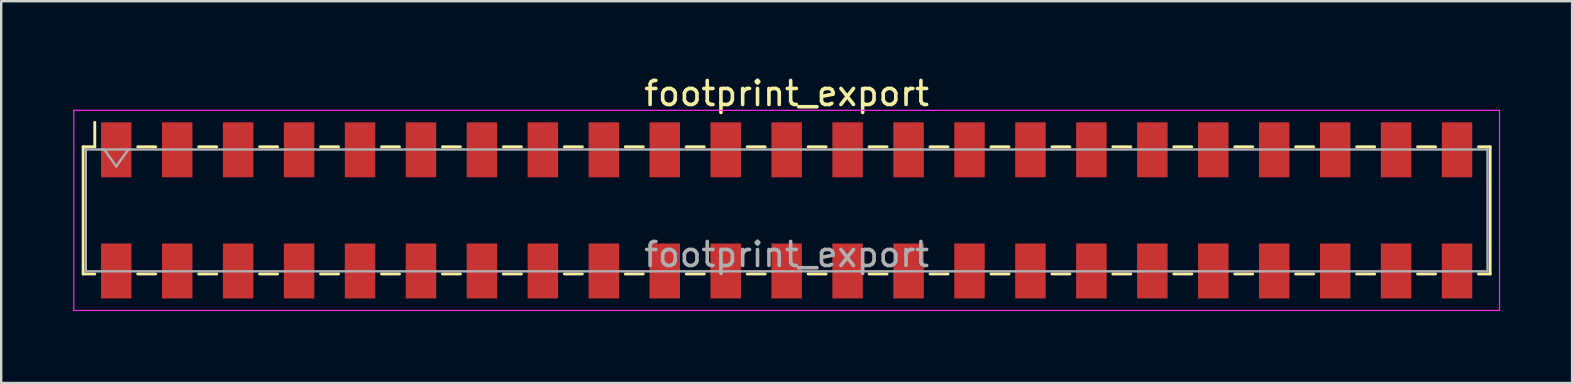
<source format=kicad_pcb>
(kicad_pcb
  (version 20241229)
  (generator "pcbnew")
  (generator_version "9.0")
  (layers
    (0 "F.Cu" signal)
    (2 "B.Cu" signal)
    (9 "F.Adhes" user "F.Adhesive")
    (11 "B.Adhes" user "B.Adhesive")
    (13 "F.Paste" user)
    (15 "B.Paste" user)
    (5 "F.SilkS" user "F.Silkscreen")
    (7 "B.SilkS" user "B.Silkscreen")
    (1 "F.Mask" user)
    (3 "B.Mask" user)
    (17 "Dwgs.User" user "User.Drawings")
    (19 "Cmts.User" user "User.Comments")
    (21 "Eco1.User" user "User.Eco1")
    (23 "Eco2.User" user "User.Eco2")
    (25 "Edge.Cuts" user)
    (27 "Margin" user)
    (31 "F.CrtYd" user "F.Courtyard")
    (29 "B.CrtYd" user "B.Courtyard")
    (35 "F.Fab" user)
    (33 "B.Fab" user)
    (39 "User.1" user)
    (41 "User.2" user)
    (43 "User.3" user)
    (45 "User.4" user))
  (footprint "footprint_export"
    (layer "F.Cu")
    (at 29.735 5.718)
    (property "Reference" "footprint_export" (at 0 -4.87 0) (layer "F.SilkS") (effects (font (size 1 1) (thickness 0.15))))
    (attr smd)
    (fp_line (start -29.32 -2.65) (end -29.32 2.65) (stroke (width 0.12) (type solid)) (layer "F.SilkS"))
    (fp_line (start -29.32 2.65) (end -28.835 2.65) (stroke (width 0.12) (type solid)) (layer "F.SilkS"))
    (fp_line (start -28.835 -3.67) (end -28.835 -2.65) (stroke (width 0.12) (type solid)) (layer "F.SilkS"))
    (fp_line (start -28.835 -2.65) (end -29.32 -2.65) (stroke (width 0.12) (type solid)) (layer "F.SilkS"))
    (fp_line (start -27.045 -2.65) (end -26.295 -2.65) (stroke (width 0.12) (type solid)) (layer "F.SilkS"))
    (fp_line (start -27.045 2.65) (end -26.295 2.65) (stroke (width 0.12) (type solid)) (layer "F.SilkS"))
    (fp_line (start -24.505 -2.65) (end -23.755 -2.65) (stroke (width 0.12) (type solid)) (layer "F.SilkS"))
    (fp_line (start -24.505 2.65) (end -23.755 2.65) (stroke (width 0.12) (type solid)) (layer "F.SilkS"))
    (fp_line (start -21.965 -2.65) (end -21.215 -2.65) (stroke (width 0.12) (type solid)) (layer "F.SilkS"))
    (fp_line (start -21.965 2.65) (end -21.215 2.65) (stroke (width 0.12) (type solid)) (layer "F.SilkS"))
    (fp_line (start -19.425 -2.65) (end -18.675 -2.65) (stroke (width 0.12) (type solid)) (layer "F.SilkS"))
    (fp_line (start -19.425 2.65) (end -18.675 2.65) (stroke (width 0.12) (type solid)) (layer "F.SilkS"))
    (fp_line (start -16.885 -2.65) (end -16.135 -2.65) (stroke (width 0.12) (type solid)) (layer "F.SilkS"))
    (fp_line (start -16.885 2.65) (end -16.135 2.65) (stroke (width 0.12) (type solid)) (layer "F.SilkS"))
    (fp_line (start -14.345 -2.65) (end -13.595 -2.65) (stroke (width 0.12) (type solid)) (layer "F.SilkS"))
    (fp_line (start -14.345 2.65) (end -13.595 2.65) (stroke (width 0.12) (type solid)) (layer "F.SilkS"))
    (fp_line (start -11.805 -2.65) (end -11.055 -2.65) (stroke (width 0.12) (type solid)) (layer "F.SilkS"))
    (fp_line (start -11.805 2.65) (end -11.055 2.65) (stroke (width 0.12) (type solid)) (layer "F.SilkS"))
    (fp_line (start -9.265 -2.65) (end -8.515 -2.65) (stroke (width 0.12) (type solid)) (layer "F.SilkS"))
    (fp_line (start -9.265 2.65) (end -8.515 2.65) (stroke (width 0.12) (type solid)) (layer "F.SilkS"))
    (fp_line (start -6.725 -2.65) (end -5.975 -2.65) (stroke (width 0.12) (type solid)) (layer "F.SilkS"))
    (fp_line (start -6.725 2.65) (end -5.975 2.65) (stroke (width 0.12) (type solid)) (layer "F.SilkS"))
    (fp_line (start -4.185 -2.65) (end -3.435 -2.65) (stroke (width 0.12) (type solid)) (layer "F.SilkS"))
    (fp_line (start -4.185 2.65) (end -3.435 2.65) (stroke (width 0.12) (type solid)) (layer "F.SilkS"))
    (fp_line (start -1.645 -2.65) (end -0.895 -2.65) (stroke (width 0.12) (type solid)) (layer "F.SilkS"))
    (fp_line (start -1.645 2.65) (end -0.895 2.65) (stroke (width 0.12) (type solid)) (layer "F.SilkS"))
    (fp_line (start 0.895 -2.65) (end 1.645 -2.65) (stroke (width 0.12) (type solid)) (layer "F.SilkS"))
    (fp_line (start 0.895 2.65) (end 1.645 2.65) (stroke (width 0.12) (type solid)) (layer "F.SilkS"))
    (fp_line (start 3.435 -2.65) (end 4.185 -2.65) (stroke (width 0.12) (type solid)) (layer "F.SilkS"))
    (fp_line (start 3.435 2.65) (end 4.185 2.65) (stroke (width 0.12) (type solid)) (layer "F.SilkS"))
    (fp_line (start 5.975 -2.65) (end 6.725 -2.65) (stroke (width 0.12) (type solid)) (layer "F.SilkS"))
    (fp_line (start 5.975 2.65) (end 6.725 2.65) (stroke (width 0.12) (type solid)) (layer "F.SilkS"))
    (fp_line (start 8.515 -2.65) (end 9.265 -2.65) (stroke (width 0.12) (type solid)) (layer "F.SilkS"))
    (fp_line (start 8.515 2.65) (end 9.265 2.65) (stroke (width 0.12) (type solid)) (layer "F.SilkS"))
    (fp_line (start 11.055 -2.65) (end 11.805 -2.65) (stroke (width 0.12) (type solid)) (layer "F.SilkS"))
    (fp_line (start 11.055 2.65) (end 11.805 2.65) (stroke (width 0.12) (type solid)) (layer "F.SilkS"))
    (fp_line (start 13.595 -2.65) (end 14.345 -2.65) (stroke (width 0.12) (type solid)) (layer "F.SilkS"))
    (fp_line (start 13.595 2.65) (end 14.345 2.65) (stroke (width 0.12) (type solid)) (layer "F.SilkS"))
    (fp_line (start 16.135 -2.65) (end 16.885 -2.65) (stroke (width 0.12) (type solid)) (layer "F.SilkS"))
    (fp_line (start 16.135 2.65) (end 16.885 2.65) (stroke (width 0.12) (type solid)) (layer "F.SilkS"))
    (fp_line (start 18.675 -2.65) (end 19.425 -2.65) (stroke (width 0.12) (type solid)) (layer "F.SilkS"))
    (fp_line (start 18.675 2.65) (end 19.425 2.65) (stroke (width 0.12) (type solid)) (layer "F.SilkS"))
    (fp_line (start 21.215 -2.65) (end 21.965 -2.65) (stroke (width 0.12) (type solid)) (layer "F.SilkS"))
    (fp_line (start 21.215 2.65) (end 21.965 2.65) (stroke (width 0.12) (type solid)) (layer "F.SilkS"))
    (fp_line (start 23.755 -2.65) (end 24.505 -2.65) (stroke (width 0.12) (type solid)) (layer "F.SilkS"))
    (fp_line (start 23.755 2.65) (end 24.505 2.65) (stroke (width 0.12) (type solid)) (layer "F.SilkS"))
    (fp_line (start 26.295 -2.65) (end 27.045 -2.65) (stroke (width 0.12) (type solid)) (layer "F.SilkS"))
    (fp_line (start 26.295 2.65) (end 27.045 2.65) (stroke (width 0.12) (type solid)) (layer "F.SilkS"))
    (fp_line (start 28.835 -2.65) (end 29.32 -2.65) (stroke (width 0.12) (type solid)) (layer "F.SilkS"))
    (fp_line (start 29.32 -2.65) (end 29.32 2.65) (stroke (width 0.12) (type solid)) (layer "F.SilkS"))
    (fp_line (start 29.32 2.65) (end 28.835 2.65) (stroke (width 0.12) (type solid)) (layer "F.SilkS"))
    (fp_line (start -29.71 -4.17) (end 29.71 -4.17) (stroke (width 0.05) (type solid)) (layer "F.CrtYd"))
    (fp_line (start -29.71 4.17) (end -29.71 -4.17) (stroke (width 0.05) (type solid)) (layer "F.CrtYd"))
    (fp_line (start 29.71 -4.17) (end 29.71 4.17) (stroke (width 0.05) (type solid)) (layer "F.CrtYd"))
    (fp_line (start 29.71 4.17) (end -29.71 4.17) (stroke (width 0.05) (type solid)) (layer "F.CrtYd"))
    (fp_line (start -29.21 -2.54) (end 29.21 -2.54) (stroke (width 0.1) (type solid)) (layer "F.Fab"))
    (fp_line (start -29.21 2.54) (end -29.21 -2.54) (stroke (width 0.1) (type solid)) (layer "F.Fab"))
    (fp_line (start -28.44 -2.54) (end -27.94 -1.833) (stroke (width 0.1) (type solid)) (layer "F.Fab"))
    (fp_line (start -27.94 -1.833) (end -27.44 -2.54) (stroke (width 0.1) (type solid)) (layer "F.Fab"))
    (fp_line (start 29.21 -2.54) (end 29.21 2.54) (stroke (width 0.1) (type solid)) (layer "F.Fab"))
    (fp_line (start 29.21 2.54) (end -29.21 2.54) (stroke (width 0.1) (type solid)) (layer "F.Fab"))
    (fp_text user "${REFERENCE}" (at 0 1.84 0) (layer "F.Fab") (effects (font (size 1 1) (thickness 0.15))))
    (pad "1" smd rect (at -27.94 -2.525) (size 1.27 2.29) (layers "F.Cu" "F.Mask" "F.Paste"))
    (pad "2" smd rect (at -27.94 2.525) (size 1.27 2.29) (layers "F.Cu" "F.Mask" "F.Paste"))
    (pad "3" smd rect (at -25.4 -2.525) (size 1.27 2.29) (layers "F.Cu" "F.Mask" "F.Paste"))
    (pad "4" smd rect (at -25.4 2.525) (size 1.27 2.29) (layers "F.Cu" "F.Mask" "F.Paste"))
    (pad "5" smd rect (at -22.86 -2.525) (size 1.27 2.29) (layers "F.Cu" "F.Mask" "F.Paste"))
    (pad "6" smd rect (at -22.86 2.525) (size 1.27 2.29) (layers "F.Cu" "F.Mask" "F.Paste"))
    (pad "7" smd rect (at -20.32 -2.525) (size 1.27 2.29) (layers "F.Cu" "F.Mask" "F.Paste"))
    (pad "8" smd rect (at -20.32 2.525) (size 1.27 2.29) (layers "F.Cu" "F.Mask" "F.Paste"))
    (pad "9" smd rect (at -17.78 -2.525) (size 1.27 2.29) (layers "F.Cu" "F.Mask" "F.Paste"))
    (pad "10" smd rect (at -17.78 2.525) (size 1.27 2.29) (layers "F.Cu" "F.Mask" "F.Paste"))
    (pad "11" smd rect (at -15.24 -2.525) (size 1.27 2.29) (layers "F.Cu" "F.Mask" "F.Paste"))
    (pad "12" smd rect (at -15.24 2.525) (size 1.27 2.29) (layers "F.Cu" "F.Mask" "F.Paste"))
    (pad "13" smd rect (at -12.7 -2.525) (size 1.27 2.29) (layers "F.Cu" "F.Mask" "F.Paste"))
    (pad "14" smd rect (at -12.7 2.525) (size 1.27 2.29) (layers "F.Cu" "F.Mask" "F.Paste"))
    (pad "15" smd rect (at -10.16 -2.525) (size 1.27 2.29) (layers "F.Cu" "F.Mask" "F.Paste"))
    (pad "16" smd rect (at -10.16 2.525) (size 1.27 2.29) (layers "F.Cu" "F.Mask" "F.Paste"))
    (pad "17" smd rect (at -7.62 -2.525) (size 1.27 2.29) (layers "F.Cu" "F.Mask" "F.Paste"))
    (pad "18" smd rect (at -7.62 2.525) (size 1.27 2.29) (layers "F.Cu" "F.Mask" "F.Paste"))
    (pad "19" smd rect (at -5.08 -2.525) (size 1.27 2.29) (layers "F.Cu" "F.Mask" "F.Paste"))
    (pad "20" smd rect (at -5.08 2.525) (size 1.27 2.29) (layers "F.Cu" "F.Mask" "F.Paste"))
    (pad "21" smd rect (at -2.54 -2.525) (size 1.27 2.29) (layers "F.Cu" "F.Mask" "F.Paste"))
    (pad "22" smd rect (at -2.54 2.525) (size 1.27 2.29) (layers "F.Cu" "F.Mask" "F.Paste"))
    (pad "23" smd rect (at 0 -2.525) (size 1.27 2.29) (layers "F.Cu" "F.Mask" "F.Paste"))
    (pad "24" smd rect (at 0 2.525) (size 1.27 2.29) (layers "F.Cu" "F.Mask" "F.Paste"))
    (pad "25" smd rect (at 2.54 -2.525) (size 1.27 2.29) (layers "F.Cu" "F.Mask" "F.Paste"))
    (pad "26" smd rect (at 2.54 2.525) (size 1.27 2.29) (layers "F.Cu" "F.Mask" "F.Paste"))
    (pad "27" smd rect (at 5.08 -2.525) (size 1.27 2.29) (layers "F.Cu" "F.Mask" "F.Paste"))
    (pad "28" smd rect (at 5.08 2.525) (size 1.27 2.29) (layers "F.Cu" "F.Mask" "F.Paste"))
    (pad "29" smd rect (at 7.62 -2.525) (size 1.27 2.29) (layers "F.Cu" "F.Mask" "F.Paste"))
    (pad "30" smd rect (at 7.62 2.525) (size 1.27 2.29) (layers "F.Cu" "F.Mask" "F.Paste"))
    (pad "31" smd rect (at 10.16 -2.525) (size 1.27 2.29) (layers "F.Cu" "F.Mask" "F.Paste"))
    (pad "32" smd rect (at 10.16 2.525) (size 1.27 2.29) (layers "F.Cu" "F.Mask" "F.Paste"))
    (pad "33" smd rect (at 12.7 -2.525) (size 1.27 2.29) (layers "F.Cu" "F.Mask" "F.Paste"))
    (pad "34" smd rect (at 12.7 2.525) (size 1.27 2.29) (layers "F.Cu" "F.Mask" "F.Paste"))
    (pad "35" smd rect (at 15.24 -2.525) (size 1.27 2.29) (layers "F.Cu" "F.Mask" "F.Paste"))
    (pad "36" smd rect (at 15.24 2.525) (size 1.27 2.29) (layers "F.Cu" "F.Mask" "F.Paste"))
    (pad "37" smd rect (at 17.78 -2.525) (size 1.27 2.29) (layers "F.Cu" "F.Mask" "F.Paste"))
    (pad "38" smd rect (at 17.78 2.525) (size 1.27 2.29) (layers "F.Cu" "F.Mask" "F.Paste"))
    (pad "39" smd rect (at 20.32 -2.525) (size 1.27 2.29) (layers "F.Cu" "F.Mask" "F.Paste"))
    (pad "40" smd rect (at 20.32 2.525) (size 1.27 2.29) (layers "F.Cu" "F.Mask" "F.Paste"))
    (pad "41" smd rect (at 22.86 -2.525) (size 1.27 2.29) (layers "F.Cu" "F.Mask" "F.Paste"))
    (pad "42" smd rect (at 22.86 2.525) (size 1.27 2.29) (layers "F.Cu" "F.Mask" "F.Paste"))
    (pad "43" smd rect (at 25.4 -2.525) (size 1.27 2.29) (layers "F.Cu" "F.Mask" "F.Paste"))
    (pad "44" smd rect (at 25.4 2.525) (size 1.27 2.29) (layers "F.Cu" "F.Mask" "F.Paste"))
    (pad "45" smd rect (at 27.94 -2.525) (size 1.27 2.29) (layers "F.Cu" "F.Mask" "F.Paste"))
    (pad "46" smd rect (at 27.94 2.525) (size 1.27 2.29) (layers "F.Cu" "F.Mask" "F.Paste")))
  (gr_rect
    (start -3 -3)
    (end 62.47 12.913)
    (stroke (width 0.1) (type default))
    (fill no)
    (layer "Edge.Cuts")))
</source>
